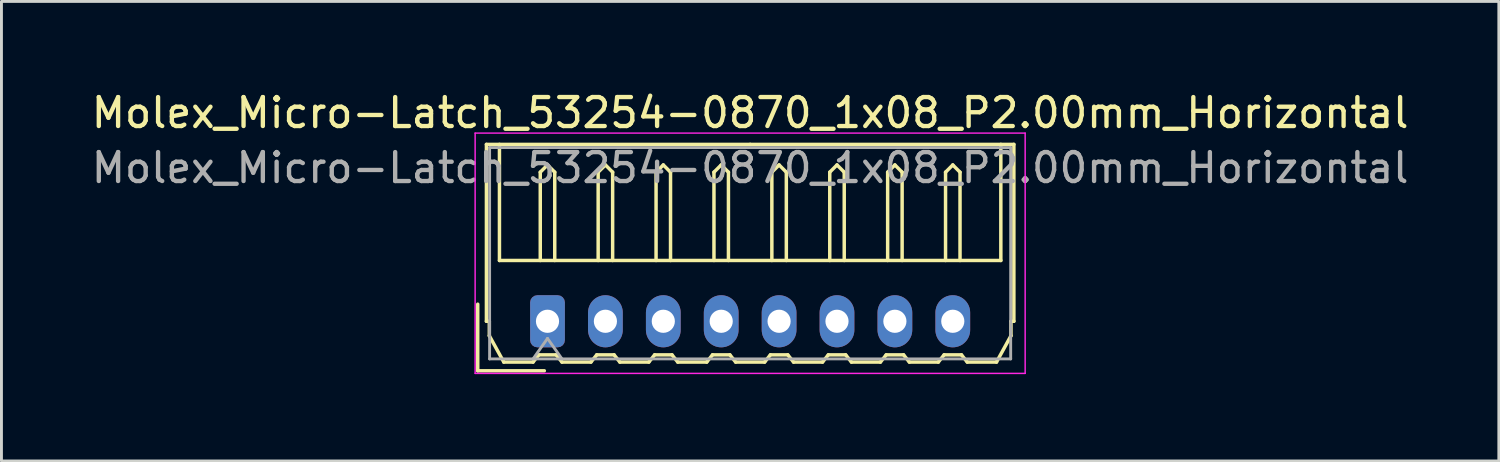
<source format=kicad_pcb>
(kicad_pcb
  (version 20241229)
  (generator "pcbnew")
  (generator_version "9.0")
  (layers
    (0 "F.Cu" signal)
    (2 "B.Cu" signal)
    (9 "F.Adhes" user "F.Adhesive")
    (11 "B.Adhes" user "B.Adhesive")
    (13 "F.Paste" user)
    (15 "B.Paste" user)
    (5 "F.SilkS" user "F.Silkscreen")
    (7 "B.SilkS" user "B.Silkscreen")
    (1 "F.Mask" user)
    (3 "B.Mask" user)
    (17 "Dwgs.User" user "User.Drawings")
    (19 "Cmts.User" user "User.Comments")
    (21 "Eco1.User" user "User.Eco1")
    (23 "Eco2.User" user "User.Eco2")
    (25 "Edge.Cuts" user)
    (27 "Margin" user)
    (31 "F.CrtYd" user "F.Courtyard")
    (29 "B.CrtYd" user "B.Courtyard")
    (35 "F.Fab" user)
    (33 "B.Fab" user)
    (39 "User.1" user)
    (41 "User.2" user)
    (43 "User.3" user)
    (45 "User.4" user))
  (footprint "Molex_Micro-Latch_53254-0870_1x08_P2.00mm_Horizontal"
    (layer "F.Cu")
    (at 15.863 8.048)
    (property "Reference" "Molex_Micro-Latch_53254-0870_1x08_P2.00mm_Horizontal" (at 7 -7.2 0) (layer "F.SilkS") (effects (font (size 1 1) (thickness 0.15))))
    (attr through_hole)
    (fp_line (start -2.41 1.71) (end -2.41 -0.59) (stroke (width 0.12) (type solid)) (layer "F.SilkS"))
    (fp_line (start -2.11 -6.11) (end 7 -6.11) (stroke (width 0.12) (type solid)) (layer "F.SilkS"))
    (fp_line (start -2.11 0) (end -2.11 -6.11) (stroke (width 0.12) (type solid)) (layer "F.SilkS"))
    (fp_line (start -2.01 0) (end -2.11 0) (stroke (width 0.12) (type solid)) (layer "F.SilkS"))
    (fp_line (start -2.01 0.5) (end -2.01 0) (stroke (width 0.12) (type solid)) (layer "F.SilkS"))
    (fp_line (start -1.66 -6.11) (end -1.66 -2.1) (stroke (width 0.12) (type solid)) (layer "F.SilkS"))
    (fp_line (start -1.66 -2.1) (end 15.66 -2.1) (stroke (width 0.12) (type solid)) (layer "F.SilkS"))
    (fp_line (start -1.51 1.41) (end -2.01 0.5) (stroke (width 0.12) (type solid)) (layer "F.SilkS"))
    (fp_line (start -0.5 1.41) (end -1.51 1.41) (stroke (width 0.12) (type solid)) (layer "F.SilkS"))
    (fp_line (start -0.3 1.16) (end -0.5 1.41) (stroke (width 0.12) (type solid)) (layer "F.SilkS"))
    (fp_line (start -0.3 1.16) (end 0.3 1.16) (stroke (width 0.12) (type solid)) (layer "F.SilkS"))
    (fp_line (start -0.25 -5.15) (end 0 -5.4) (stroke (width 0.12) (type solid)) (layer "F.SilkS"))
    (fp_line (start -0.25 -2.1) (end -0.25 -5.15) (stroke (width 0.12) (type solid)) (layer "F.SilkS"))
    (fp_line (start -0.11 1.71) (end -2.41 1.71) (stroke (width 0.12) (type solid)) (layer "F.SilkS"))
    (fp_line (start 0 -5.4) (end 0.25 -5.15) (stroke (width 0.12) (type solid)) (layer "F.SilkS"))
    (fp_line (start 0.25 -5.15) (end 0.25 -2.1) (stroke (width 0.12) (type solid)) (layer "F.SilkS"))
    (fp_line (start 0.3 1.16) (end 0.5 1.41) (stroke (width 0.12) (type solid)) (layer "F.SilkS"))
    (fp_line (start 0.5 1.41) (end 1.5 1.41) (stroke (width 0.12) (type solid)) (layer "F.SilkS"))
    (fp_line (start 1.5 1.41) (end 1.7 1.16) (stroke (width 0.12) (type solid)) (layer "F.SilkS"))
    (fp_line (start 1.7 1.16) (end 2.3 1.16) (stroke (width 0.12) (type solid)) (layer "F.SilkS"))
    (fp_line (start 1.75 -5.15) (end 2 -5.4) (stroke (width 0.12) (type solid)) (layer "F.SilkS"))
    (fp_line (start 1.75 -2.1) (end 1.75 -5.15) (stroke (width 0.12) (type solid)) (layer "F.SilkS"))
    (fp_line (start 2 -5.4) (end 2.25 -5.15) (stroke (width 0.12) (type solid)) (layer "F.SilkS"))
    (fp_line (start 2.25 -5.15) (end 2.25 -2.1) (stroke (width 0.12) (type solid)) (layer "F.SilkS"))
    (fp_line (start 2.3 1.16) (end 2.5 1.41) (stroke (width 0.12) (type solid)) (layer "F.SilkS"))
    (fp_line (start 2.5 1.41) (end 3.5 1.41) (stroke (width 0.12) (type solid)) (layer "F.SilkS"))
    (fp_line (start 3.5 1.41) (end 3.7 1.16) (stroke (width 0.12) (type solid)) (layer "F.SilkS"))
    (fp_line (start 3.7 1.16) (end 4.3 1.16) (stroke (width 0.12) (type solid)) (layer "F.SilkS"))
    (fp_line (start 3.75 -5.15) (end 4 -5.4) (stroke (width 0.12) (type solid)) (layer "F.SilkS"))
    (fp_line (start 3.75 -2.1) (end 3.75 -5.15) (stroke (width 0.12) (type solid)) (layer "F.SilkS"))
    (fp_line (start 4 -5.4) (end 4.25 -5.15) (stroke (width 0.12) (type solid)) (layer "F.SilkS"))
    (fp_line (start 4.25 -5.15) (end 4.25 -2.1) (stroke (width 0.12) (type solid)) (layer "F.SilkS"))
    (fp_line (start 4.3 1.16) (end 4.5 1.41) (stroke (width 0.12) (type solid)) (layer "F.SilkS"))
    (fp_line (start 4.5 1.41) (end 5.5 1.41) (stroke (width 0.12) (type solid)) (layer "F.SilkS"))
    (fp_line (start 5.5 1.41) (end 5.7 1.16) (stroke (width 0.12) (type solid)) (layer "F.SilkS"))
    (fp_line (start 5.7 1.16) (end 6.3 1.16) (stroke (width 0.12) (type solid)) (layer "F.SilkS"))
    (fp_line (start 5.75 -5.15) (end 6 -5.4) (stroke (width 0.12) (type solid)) (layer "F.SilkS"))
    (fp_line (start 5.75 -2.1) (end 5.75 -5.15) (stroke (width 0.12) (type solid)) (layer "F.SilkS"))
    (fp_line (start 6 -5.4) (end 6.25 -5.15) (stroke (width 0.12) (type solid)) (layer "F.SilkS"))
    (fp_line (start 6.25 -5.15) (end 6.25 -2.1) (stroke (width 0.12) (type solid)) (layer "F.SilkS"))
    (fp_line (start 6.3 1.16) (end 6.5 1.41) (stroke (width 0.12) (type solid)) (layer "F.SilkS"))
    (fp_line (start 6.5 1.41) (end 7.5 1.41) (stroke (width 0.12) (type solid)) (layer "F.SilkS"))
    (fp_line (start 7.5 1.41) (end 7.7 1.16) (stroke (width 0.12) (type solid)) (layer "F.SilkS"))
    (fp_line (start 7.7 1.16) (end 8.3 1.16) (stroke (width 0.12) (type solid)) (layer "F.SilkS"))
    (fp_line (start 7.75 -5.15) (end 8 -5.4) (stroke (width 0.12) (type solid)) (layer "F.SilkS"))
    (fp_line (start 7.75 -2.1) (end 7.75 -5.15) (stroke (width 0.12) (type solid)) (layer "F.SilkS"))
    (fp_line (start 8 -5.4) (end 8.25 -5.15) (stroke (width 0.12) (type solid)) (layer "F.SilkS"))
    (fp_line (start 8.25 -5.15) (end 8.25 -2.1) (stroke (width 0.12) (type solid)) (layer "F.SilkS"))
    (fp_line (start 8.3 1.16) (end 8.5 1.41) (stroke (width 0.12) (type solid)) (layer "F.SilkS"))
    (fp_line (start 8.5 1.41) (end 9.5 1.41) (stroke (width 0.12) (type solid)) (layer "F.SilkS"))
    (fp_line (start 9.5 1.41) (end 9.7 1.16) (stroke (width 0.12) (type solid)) (layer "F.SilkS"))
    (fp_line (start 9.7 1.16) (end 10.3 1.16) (stroke (width 0.12) (type solid)) (layer "F.SilkS"))
    (fp_line (start 9.75 -5.15) (end 10 -5.4) (stroke (width 0.12) (type solid)) (layer "F.SilkS"))
    (fp_line (start 9.75 -2.1) (end 9.75 -5.15) (stroke (width 0.12) (type solid)) (layer "F.SilkS"))
    (fp_line (start 10 -5.4) (end 10.25 -5.15) (stroke (width 0.12) (type solid)) (layer "F.SilkS"))
    (fp_line (start 10.25 -5.15) (end 10.25 -2.1) (stroke (width 0.12) (type solid)) (layer "F.SilkS"))
    (fp_line (start 10.3 1.16) (end 10.5 1.41) (stroke (width 0.12) (type solid)) (layer "F.SilkS"))
    (fp_line (start 10.5 1.41) (end 11.5 1.41) (stroke (width 0.12) (type solid)) (layer "F.SilkS"))
    (fp_line (start 11.5 1.41) (end 11.7 1.16) (stroke (width 0.12) (type solid)) (layer "F.SilkS"))
    (fp_line (start 11.7 1.16) (end 12.3 1.16) (stroke (width 0.12) (type solid)) (layer "F.SilkS"))
    (fp_line (start 11.75 -5.15) (end 12 -5.4) (stroke (width 0.12) (type solid)) (layer "F.SilkS"))
    (fp_line (start 11.75 -2.1) (end 11.75 -5.15) (stroke (width 0.12) (type solid)) (layer "F.SilkS"))
    (fp_line (start 12 -5.4) (end 12.25 -5.15) (stroke (width 0.12) (type solid)) (layer "F.SilkS"))
    (fp_line (start 12.25 -5.15) (end 12.25 -2.1) (stroke (width 0.12) (type solid)) (layer "F.SilkS"))
    (fp_line (start 12.3 1.16) (end 12.5 1.41) (stroke (width 0.12) (type solid)) (layer "F.SilkS"))
    (fp_line (start 12.5 1.41) (end 13.5 1.41) (stroke (width 0.12) (type solid)) (layer "F.SilkS"))
    (fp_line (start 13.5 1.41) (end 13.7 1.16) (stroke (width 0.12) (type solid)) (layer "F.SilkS"))
    (fp_line (start 13.7 1.16) (end 14.3 1.16) (stroke (width 0.12) (type solid)) (layer "F.SilkS"))
    (fp_line (start 13.75 -5.15) (end 14 -5.4) (stroke (width 0.12) (type solid)) (layer "F.SilkS"))
    (fp_line (start 13.75 -2.1) (end 13.75 -5.15) (stroke (width 0.12) (type solid)) (layer "F.SilkS"))
    (fp_line (start 14 -5.4) (end 14.25 -5.15) (stroke (width 0.12) (type solid)) (layer "F.SilkS"))
    (fp_line (start 14.25 -5.15) (end 14.25 -2.1) (stroke (width 0.12) (type solid)) (layer "F.SilkS"))
    (fp_line (start 14.3 1.16) (end 14.5 1.41) (stroke (width 0.12) (type solid)) (layer "F.SilkS"))
    (fp_line (start 14.5 1.41) (end 15.51 1.41) (stroke (width 0.12) (type solid)) (layer "F.SilkS"))
    (fp_line (start 15.51 1.41) (end 16.01 0.5) (stroke (width 0.12) (type solid)) (layer "F.SilkS"))
    (fp_line (start 15.66 -2.1) (end 15.66 -6.11) (stroke (width 0.12) (type solid)) (layer "F.SilkS"))
    (fp_line (start 16.01 0) (end 16.11 0) (stroke (width 0.12) (type solid)) (layer "F.SilkS"))
    (fp_line (start 16.01 0.5) (end 16.01 0) (stroke (width 0.12) (type solid)) (layer "F.SilkS"))
    (fp_line (start 16.11 -6.11) (end 7 -6.11) (stroke (width 0.12) (type solid)) (layer "F.SilkS"))
    (fp_line (start 16.11 0) (end 16.11 -6.11) (stroke (width 0.12) (type solid)) (layer "F.SilkS"))
    (fp_line (start -2.5 -6.5) (end -2.5 1.8) (stroke (width 0.05) (type solid)) (layer "F.CrtYd"))
    (fp_line (start -2.5 1.8) (end 16.5 1.8) (stroke (width 0.05) (type solid)) (layer "F.CrtYd"))
    (fp_line (start 16.5 -6.5) (end -2.5 -6.5) (stroke (width 0.05) (type solid)) (layer "F.CrtYd"))
    (fp_line (start 16.5 1.8) (end 16.5 -6.5) (stroke (width 0.05) (type solid)) (layer "F.CrtYd"))
    (fp_line (start -2 -6) (end -2 1.3) (stroke (width 0.1) (type solid)) (layer "F.Fab"))
    (fp_line (start -2 1.3) (end 16 1.3) (stroke (width 0.1) (type solid)) (layer "F.Fab"))
    (fp_line (start -0.5 1.3) (end 0 0.593) (stroke (width 0.1) (type solid)) (layer "F.Fab"))
    (fp_line (start 0 0.593) (end 0.5 1.3) (stroke (width 0.1) (type solid)) (layer "F.Fab"))
    (fp_line (start 16 -6) (end -2 -6) (stroke (width 0.1) (type solid)) (layer "F.Fab"))
    (fp_line (start 16 1.3) (end 16 -6) (stroke (width 0.1) (type solid)) (layer "F.Fab"))
    (fp_text user "${REFERENCE}" (at 7 -5.3 0) (layer "F.Fab") (effects (font (size 1 1) (thickness 0.15))))
    (pad "1" thru_hole roundrect (at 0 0) (size 1.2 1.8) (drill 0.8) (layers "*.Cu" "*.Mask") (roundrect_rratio 0.208))
    (pad "2" thru_hole oval (at 2 0) (size 1.2 1.8) (drill 0.8) (layers "*.Cu" "*.Mask"))
    (pad "3" thru_hole oval (at 4 0) (size 1.2 1.8) (drill 0.8) (layers "*.Cu" "*.Mask"))
    (pad "4" thru_hole oval (at 6 0) (size 1.2 1.8) (drill 0.8) (layers "*.Cu" "*.Mask"))
    (pad "5" thru_hole oval (at 8 0) (size 1.2 1.8) (drill 0.8) (layers "*.Cu" "*.Mask"))
    (pad "6" thru_hole oval (at 10 0) (size 1.2 1.8) (drill 0.8) (layers "*.Cu" "*.Mask"))
    (pad "7" thru_hole oval (at 12 0) (size 1.2 1.8) (drill 0.8) (layers "*.Cu" "*.Mask"))
    (pad "8" thru_hole oval (at 14 0) (size 1.2 1.8) (drill 0.8) (layers "*.Cu" "*.Mask")))
  (gr_rect
    (start -3 -3)
    (end 48.726 12.873)
    (stroke (width 0.1) (type default))
    (fill no)
    (layer "Edge.Cuts")))
</source>
